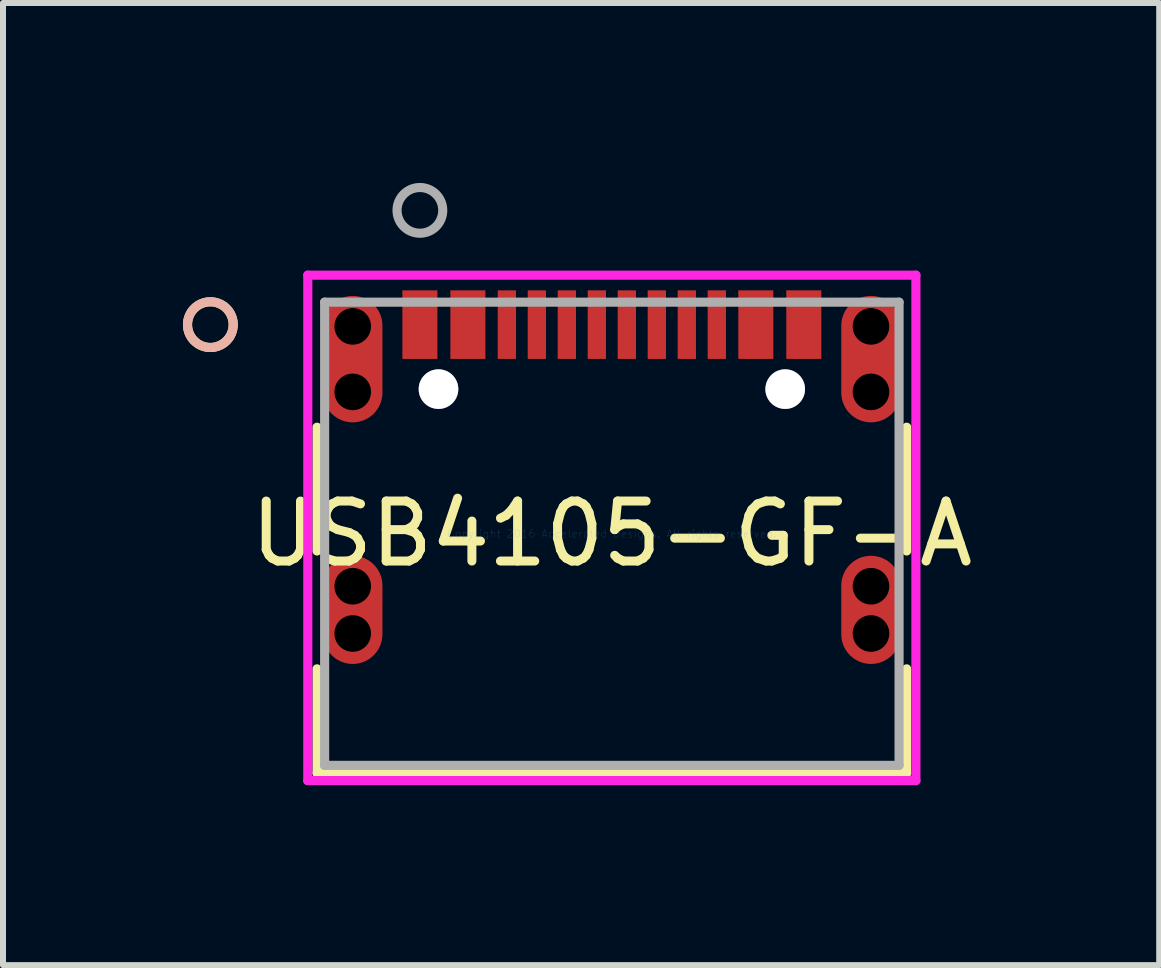
<source format=kicad_pcb>
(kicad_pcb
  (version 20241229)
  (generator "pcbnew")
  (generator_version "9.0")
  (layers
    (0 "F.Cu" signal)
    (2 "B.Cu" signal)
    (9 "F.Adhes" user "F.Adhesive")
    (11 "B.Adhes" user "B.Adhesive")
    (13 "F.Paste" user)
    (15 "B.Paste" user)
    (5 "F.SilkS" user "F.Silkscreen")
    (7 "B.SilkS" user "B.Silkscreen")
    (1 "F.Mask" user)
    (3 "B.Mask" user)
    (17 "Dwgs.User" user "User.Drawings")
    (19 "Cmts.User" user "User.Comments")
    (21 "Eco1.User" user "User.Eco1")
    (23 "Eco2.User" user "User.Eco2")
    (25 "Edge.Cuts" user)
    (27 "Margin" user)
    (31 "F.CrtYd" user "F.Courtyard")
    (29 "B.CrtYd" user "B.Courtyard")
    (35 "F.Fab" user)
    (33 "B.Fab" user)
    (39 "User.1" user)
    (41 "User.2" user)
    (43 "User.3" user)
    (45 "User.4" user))
  (footprint "USB4105-GF-A"
    (layer "F.Cu")
    (at 7.15 5.848)
    (property "Reference" "USB4105-GF-A" (at 0 0 0) (layer "F.SilkS") (effects (font (size 1 1) (thickness 0.15))))
    (attr through_hole)
    (fp_line (start -4.915 -1.776) (end -4.915 0.287) (stroke (width 0.152) (type solid)) (layer "F.SilkS"))
    (fp_line (start -4.915 2.252) (end -4.915 3.988) (stroke (width 0.152) (type solid)) (layer "F.SilkS"))
    (fp_line (start -4.915 3.988) (end 4.915 3.988) (stroke (width 0.152) (type solid)) (layer "F.SilkS"))
    (fp_line (start 4.915 0.287) (end 4.915 -1.776) (stroke (width 0.152) (type solid)) (layer "F.SilkS"))
    (fp_line (start 4.915 3.988) (end 4.915 2.252) (stroke (width 0.152) (type solid)) (layer "F.SilkS"))
    (fp_circle (center -6.693 -3.486) (end -6.312 -3.486) (stroke (width 0.152) (type solid)) (fill no) (layer "F.SilkS"))
    (fp_circle (center -6.693 -3.486) (end -6.312 -3.486) (stroke (width 0.152) (type solid)) (fill no) (layer "B.SilkS"))
    (fp_line (start -5.069 -4.311) (end -5.069 4.115) (stroke (width 0.152) (type solid)) (layer "F.CrtYd"))
    (fp_line (start -5.069 4.115) (end 5.069 4.115) (stroke (width 0.152) (type solid)) (layer "F.CrtYd"))
    (fp_line (start 5.069 -4.311) (end -5.069 -4.311) (stroke (width 0.152) (type solid)) (layer "F.CrtYd"))
    (fp_line (start 5.069 4.115) (end 5.069 -4.311) (stroke (width 0.152) (type solid)) (layer "F.CrtYd"))
    (fp_line (start -4.788 -3.861) (end -4.788 3.861) (stroke (width 0.152) (type solid)) (layer "F.Fab"))
    (fp_line (start -4.788 3.861) (end 4.788 3.861) (stroke (width 0.152) (type solid)) (layer "F.Fab"))
    (fp_line (start 4.788 -3.861) (end -4.788 -3.861) (stroke (width 0.152) (type solid)) (layer "F.Fab"))
    (fp_line (start 4.788 3.861) (end 4.788 -3.861) (stroke (width 0.152) (type solid)) (layer "F.Fab"))
    (fp_circle (center -3.2 -5.391) (end -2.819 -5.391) (stroke (width 0.152) (type solid)) (fill no) (layer "F.Fab"))
    (fp_text user "Copyright 2016 Accelerated Designs. All rights reserved." (at 0 0 0) (layer "Cmts.User") (effects (font (size 0.127 0.127) (thickness 0.002))))
    (pad "" np_thru_hole circle (at -4.32 -3.457) (size 0.61 0.61) (drill 0.61) (layers))
    (pad "" np_thru_hole circle (at -4.32 -2.365) (size 0.61 0.61) (drill 0.61) (layers))
    (pad "" np_thru_hole circle (at -4.32 0.875) (size 0.61 0.61) (drill 0.61) (layers))
    (pad "" np_thru_hole circle (at -4.32 1.663) (size 0.61 0.61) (drill 0.61) (layers))
    (pad "" np_thru_hole circle (at 4.32 -3.457) (size 0.61 0.61) (drill 0.61) (layers))
    (pad "" np_thru_hole circle (at 4.32 -2.365) (size 0.61 0.61) (drill 0.61) (layers))
    (pad "" np_thru_hole circle (at 4.32 0.875) (size 0.61 0.61) (drill 0.61) (layers))
    (pad "" np_thru_hole circle (at 4.32 1.663) (size 0.61 0.61) (drill 0.61) (layers))
    (pad "13" smd oval (at -4.32 1.269) (size 0.991 1.803) (layers "F.Cu" "F.Mask" "F.Paste"))
    (pad "14" smd oval (at 4.32 1.269) (size 0.991 1.803) (layers "F.Cu" "F.Mask" "F.Paste"))
    (pad "15" smd oval (at -4.32 -2.911) (size 0.991 2.108) (layers "F.Cu" "F.Mask" "F.Paste"))
    (pad "16" smd oval (at 4.32 -2.911) (size 0.991 2.108) (layers "F.Cu" "F.Mask" "F.Paste"))
    (pad "17" thru_hole circle (at -2.89 -2.411) (size 0.66 0.66) (drill 0.66) (layers "*.Cu" "*.Mask"))
    (pad "18" thru_hole circle (at 2.89 -2.411) (size 0.66 0.66) (drill 0.66) (layers "*.Cu" "*.Mask"))
    (pad "A1-B12" smd rect (at -3.2 -3.486) (size 0.584 1.143) (layers "F.Cu" "F.Mask" "F.Paste"))
    (pad "A4-B9" smd rect (at -2.4 -3.486) (size 0.584 1.143) (layers "F.Cu" "F.Mask" "F.Paste"))
    (pad "A5" smd rect (at -1.25 -3.486) (size 0.305 1.143) (layers "F.Cu" "F.Mask" "F.Paste"))
    (pad "A6" smd rect (at -0.25 -3.486) (size 0.305 1.143) (layers "F.Cu" "F.Mask" "F.Paste"))
    (pad "A7" smd rect (at 0.25 -3.486) (size 0.305 1.143) (layers "F.Cu" "F.Mask" "F.Paste"))
    (pad "A8" smd rect (at 1.25 -3.486) (size 0.305 1.143) (layers "F.Cu" "F.Mask" "F.Paste"))
    (pad "B1-A12" smd rect (at 3.2 -3.486) (size 0.584 1.143) (layers "F.Cu" "F.Mask" "F.Paste"))
    (pad "B4-A9" smd rect (at 2.4 -3.486) (size 0.584 1.143) (layers "F.Cu" "F.Mask" "F.Paste"))
    (pad "B5" smd rect (at 1.75 -3.486) (size 0.305 1.143) (layers "F.Cu" "F.Mask" "F.Paste"))
    (pad "B6" smd rect (at 0.75 -3.486) (size 0.305 1.143) (layers "F.Cu" "F.Mask" "F.Paste"))
    (pad "B7" smd rect (at -0.75 -3.486) (size 0.305 1.143) (layers "F.Cu" "F.Mask" "F.Paste"))
    (pad "B8" smd rect (at -1.75 -3.486) (size 0.305 1.143) (layers "F.Cu" "F.Mask" "F.Paste")))
  (gr_rect
    (start -3 -3)
    (end 16.275 13.039)
    (stroke (width 0.1) (type default))
    (fill no)
    (layer "Edge.Cuts")))
</source>
